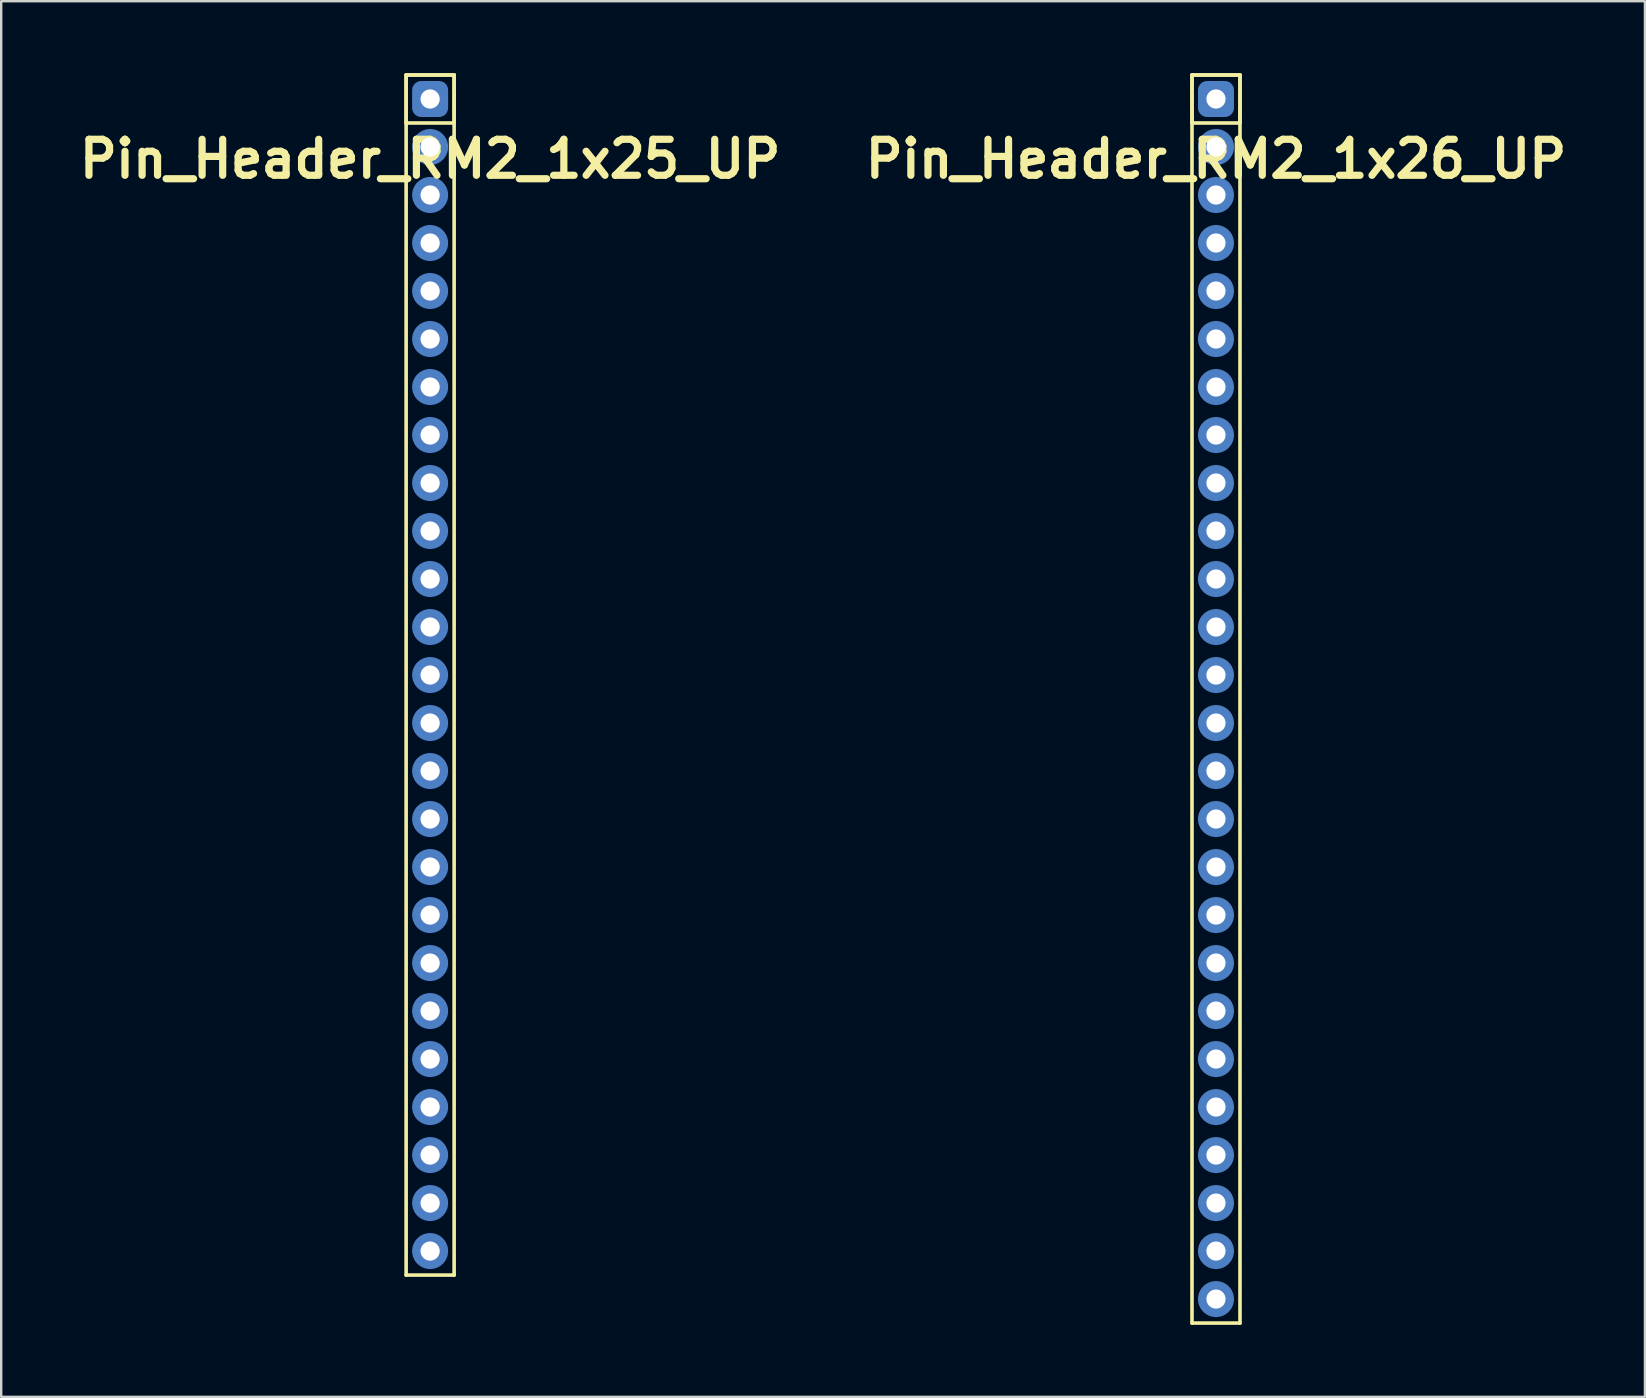
<source format=kicad_pcb>
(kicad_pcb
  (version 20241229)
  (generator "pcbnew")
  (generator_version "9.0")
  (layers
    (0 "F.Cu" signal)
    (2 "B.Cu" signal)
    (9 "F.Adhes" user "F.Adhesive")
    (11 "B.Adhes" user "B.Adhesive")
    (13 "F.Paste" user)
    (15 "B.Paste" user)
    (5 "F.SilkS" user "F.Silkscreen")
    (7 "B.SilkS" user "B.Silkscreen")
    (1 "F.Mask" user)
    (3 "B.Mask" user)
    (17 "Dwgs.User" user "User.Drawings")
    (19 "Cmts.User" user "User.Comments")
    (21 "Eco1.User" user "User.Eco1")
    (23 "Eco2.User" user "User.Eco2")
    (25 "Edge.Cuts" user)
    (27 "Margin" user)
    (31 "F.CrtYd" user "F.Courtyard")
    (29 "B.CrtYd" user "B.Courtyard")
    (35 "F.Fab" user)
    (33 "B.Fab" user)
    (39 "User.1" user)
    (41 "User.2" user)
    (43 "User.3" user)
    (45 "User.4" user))
  (footprint "Pin_Header_RM2_1x25_UP"
    (layer "F.Cu")
    (at 14.871 1.075)
    (property "Reference" "Pin_Header_RM2_1x25_UP" (at 0 2.5 0) (layer "F.SilkS") (effects (font (size 1.5 1.5) (thickness 0.3))))
    (attr through_hole)
    (fp_line (start -1 -1) (end 1 -1) (stroke (width 0.15) (type solid)) (layer "F.SilkS"))
    (fp_line (start -1 -1) (end 1 -1) (stroke (width 0.15) (type solid)) (layer "F.SilkS"))
    (fp_line (start -1 1) (end -1 -1) (stroke (width 0.15) (type solid)) (layer "F.SilkS"))
    (fp_line (start -1 49) (end -1 -1) (stroke (width 0.15) (type solid)) (layer "F.SilkS"))
    (fp_line (start 1 -1) (end 1 1) (stroke (width 0.15) (type solid)) (layer "F.SilkS"))
    (fp_line (start 1 -1) (end 1 49) (stroke (width 0.15) (type solid)) (layer "F.SilkS"))
    (fp_line (start 1 1) (end -1 1) (stroke (width 0.15) (type solid)) (layer "F.SilkS"))
    (fp_line (start 1 49) (end -1 49) (stroke (width 0.15) (type solid)) (layer "F.SilkS"))
    (pad "1" thru_hole circle (at 0 0) (size 1.1 1.1) (drill 0.8) (layers "*.Cu" "*.Mask"))
    (pad "1" smd roundrect (at 0 0) (size 1.25 1.25) (layers "F.Cu" "F.Mask") (roundrect_rratio 0.25))
    (pad "1" smd roundrect (at 0 0) (size 1.5 1.5) (layers "B.Cu" "B.Mask") (roundrect_rratio 0.25))
    (pad "2" thru_hole circle (at 0 2) (size 1.1 1.1) (drill 0.8) (layers "*.Cu" "*.Mask"))
    (pad "2" smd circle (at 0 2) (size 1.25 1.25) (layers "F.Cu" "F.Mask"))
    (pad "2" smd circle (at 0 2) (size 1.5 1.5) (layers "B.Cu" "B.Mask"))
    (pad "3" thru_hole circle (at 0 4) (size 1.1 1.1) (drill 0.8) (layers "*.Cu" "*.Mask"))
    (pad "3" smd circle (at 0 4) (size 1.25 1.25) (layers "F.Cu" "F.Mask"))
    (pad "3" smd circle (at 0 4) (size 1.5 1.5) (layers "B.Cu" "B.Mask"))
    (pad "4" thru_hole circle (at 0 6) (size 1.1 1.1) (drill 0.8) (layers "*.Cu" "*.Mask"))
    (pad "4" smd circle (at 0 6) (size 1.25 1.25) (layers "F.Cu" "F.Mask"))
    (pad "4" smd circle (at 0 6) (size 1.5 1.5) (layers "B.Cu" "B.Mask"))
    (pad "5" thru_hole circle (at 0 8) (size 1.1 1.1) (drill 0.8) (layers "*.Cu" "*.Mask"))
    (pad "5" smd circle (at 0 8) (size 1.25 1.25) (layers "F.Cu" "F.Mask"))
    (pad "5" smd circle (at 0 8) (size 1.5 1.5) (layers "B.Cu" "B.Mask"))
    (pad "6" thru_hole circle (at 0 10) (size 1.1 1.1) (drill 0.8) (layers "*.Cu" "*.Mask"))
    (pad "6" smd circle (at 0 10) (size 1.25 1.25) (layers "F.Cu" "F.Mask"))
    (pad "6" smd circle (at 0 10) (size 1.5 1.5) (layers "B.Cu" "B.Mask"))
    (pad "7" thru_hole circle (at 0 12) (size 1.1 1.1) (drill 0.8) (layers "*.Cu" "*.Mask"))
    (pad "7" smd circle (at 0 12) (size 1.25 1.25) (layers "F.Cu" "F.Mask"))
    (pad "7" smd circle (at 0 12) (size 1.5 1.5) (layers "B.Cu" "B.Mask"))
    (pad "8" thru_hole circle (at 0 14) (size 1.1 1.1) (drill 0.8) (layers "*.Cu" "*.Mask"))
    (pad "8" smd circle (at 0 14) (size 1.25 1.25) (layers "F.Cu" "F.Mask"))
    (pad "8" smd circle (at 0 14) (size 1.5 1.5) (layers "B.Cu" "B.Mask"))
    (pad "9" thru_hole circle (at 0 16) (size 1.1 1.1) (drill 0.8) (layers "*.Cu" "*.Mask"))
    (pad "9" smd circle (at 0 16) (size 1.25 1.25) (layers "F.Cu" "F.Mask"))
    (pad "9" smd circle (at 0 16) (size 1.5 1.5) (layers "B.Cu" "B.Mask"))
    (pad "10" thru_hole circle (at 0 18) (size 1.1 1.1) (drill 0.8) (layers "*.Cu" "*.Mask"))
    (pad "10" smd circle (at 0 18) (size 1.25 1.25) (layers "F.Cu" "F.Mask"))
    (pad "10" smd circle (at 0 18) (size 1.5 1.5) (layers "B.Cu" "B.Mask"))
    (pad "11" thru_hole circle (at 0 20) (size 1.1 1.1) (drill 0.8) (layers "*.Cu" "*.Mask"))
    (pad "11" smd circle (at 0 20) (size 1.25 1.25) (layers "F.Cu" "F.Mask"))
    (pad "11" smd circle (at 0 20) (size 1.5 1.5) (layers "B.Cu" "B.Mask"))
    (pad "12" thru_hole circle (at 0 22) (size 1.1 1.1) (drill 0.8) (layers "*.Cu" "*.Mask"))
    (pad "12" smd circle (at 0 22) (size 1.25 1.25) (layers "F.Cu" "F.Mask"))
    (pad "12" smd circle (at 0 22) (size 1.5 1.5) (layers "B.Cu" "B.Mask"))
    (pad "13" thru_hole circle (at 0 24) (size 1.1 1.1) (drill 0.8) (layers "*.Cu" "*.Mask"))
    (pad "13" smd circle (at 0 24) (size 1.25 1.25) (layers "F.Cu" "F.Mask"))
    (pad "13" smd circle (at 0 24) (size 1.5 1.5) (layers "B.Cu" "B.Mask"))
    (pad "14" thru_hole circle (at 0 26) (size 1.1 1.1) (drill 0.8) (layers "*.Cu" "*.Mask"))
    (pad "14" smd circle (at 0 26) (size 1.25 1.25) (layers "F.Cu" "F.Mask"))
    (pad "14" smd circle (at 0 26) (size 1.5 1.5) (layers "B.Cu" "B.Mask"))
    (pad "15" thru_hole circle (at 0 28) (size 1.1 1.1) (drill 0.8) (layers "*.Cu" "*.Mask"))
    (pad "15" smd circle (at 0 28) (size 1.25 1.25) (layers "F.Cu" "F.Mask"))
    (pad "15" smd circle (at 0 28) (size 1.5 1.5) (layers "B.Cu" "B.Mask"))
    (pad "16" thru_hole circle (at 0 30) (size 1.1 1.1) (drill 0.8) (layers "*.Cu" "*.Mask"))
    (pad "16" smd circle (at 0 30) (size 1.25 1.25) (layers "F.Cu" "F.Mask"))
    (pad "16" smd circle (at 0 30) (size 1.5 1.5) (layers "B.Cu" "B.Mask"))
    (pad "17" thru_hole circle (at 0 32) (size 1.1 1.1) (drill 0.8) (layers "*.Cu" "*.Mask"))
    (pad "17" smd circle (at 0 32) (size 1.25 1.25) (layers "F.Cu" "F.Mask"))
    (pad "17" smd circle (at 0 32) (size 1.5 1.5) (layers "B.Cu" "B.Mask"))
    (pad "18" thru_hole circle (at 0 34) (size 1.1 1.1) (drill 0.8) (layers "*.Cu" "*.Mask"))
    (pad "18" smd circle (at 0 34) (size 1.25 1.25) (layers "F.Cu" "F.Mask"))
    (pad "18" smd circle (at 0 34) (size 1.5 1.5) (layers "B.Cu" "B.Mask"))
    (pad "19" thru_hole circle (at 0 36) (size 1.1 1.1) (drill 0.8) (layers "*.Cu" "*.Mask"))
    (pad "19" smd circle (at 0 36) (size 1.25 1.25) (layers "F.Cu" "F.Mask"))
    (pad "19" smd circle (at 0 36) (size 1.5 1.5) (layers "B.Cu" "B.Mask"))
    (pad "20" thru_hole circle (at 0 38) (size 1.1 1.1) (drill 0.8) (layers "*.Cu" "*.Mask"))
    (pad "20" smd circle (at 0 38) (size 1.25 1.25) (layers "F.Cu" "F.Mask"))
    (pad "20" smd circle (at 0 38) (size 1.5 1.5) (layers "B.Cu" "B.Mask"))
    (pad "21" thru_hole circle (at 0 40) (size 1.1 1.1) (drill 0.8) (layers "*.Cu" "*.Mask"))
    (pad "21" smd circle (at 0 40) (size 1.25 1.25) (layers "F.Cu" "F.Mask"))
    (pad "21" smd circle (at 0 40) (size 1.5 1.5) (layers "B.Cu" "B.Mask"))
    (pad "22" thru_hole circle (at 0 42) (size 1.1 1.1) (drill 0.8) (layers "*.Cu" "*.Mask"))
    (pad "22" smd circle (at 0 42) (size 1.25 1.25) (layers "F.Cu" "F.Mask"))
    (pad "22" smd circle (at 0 42) (size 1.5 1.5) (layers "B.Cu" "B.Mask"))
    (pad "23" thru_hole circle (at 0 44) (size 1.1 1.1) (drill 0.8) (layers "*.Cu" "*.Mask"))
    (pad "23" smd circle (at 0 44) (size 1.25 1.25) (layers "F.Cu" "F.Mask"))
    (pad "23" smd circle (at 0 44) (size 1.5 1.5) (layers "B.Cu" "B.Mask"))
    (pad "24" thru_hole circle (at 0 46) (size 1.1 1.1) (drill 0.8) (layers "*.Cu" "*.Mask"))
    (pad "24" smd circle (at 0 46) (size 1.25 1.25) (layers "F.Cu" "F.Mask"))
    (pad "24" smd circle (at 0 46) (size 1.5 1.5) (layers "B.Cu" "B.Mask"))
    (pad "25" thru_hole circle (at 0 48) (size 1.1 1.1) (drill 0.8) (layers "*.Cu" "*.Mask"))
    (pad "25" smd circle (at 0 48) (size 1.25 1.25) (layers "F.Cu" "F.Mask"))
    (pad "25" smd circle (at 0 48) (size 1.5 1.5) (layers "B.Cu" "B.Mask")))
  (footprint "Pin_Header_RM2_1x26_UP"
    (layer "F.Cu")
    (at 47.614 1.075)
    (property "Reference" "Pin_Header_RM2_1x26_UP" (at 0 2.5 0) (layer "F.SilkS") (effects (font (size 1.5 1.5) (thickness 0.3))))
    (attr through_hole)
    (fp_line (start -1 -1) (end 1 -1) (stroke (width 0.15) (type solid)) (layer "F.SilkS"))
    (fp_line (start -1 -1) (end 1 -1) (stroke (width 0.15) (type solid)) (layer "F.SilkS"))
    (fp_line (start -1 1) (end -1 -1) (stroke (width 0.15) (type solid)) (layer "F.SilkS"))
    (fp_line (start -1 51) (end -1 -1) (stroke (width 0.15) (type solid)) (layer "F.SilkS"))
    (fp_line (start 1 -1) (end 1 1) (stroke (width 0.15) (type solid)) (layer "F.SilkS"))
    (fp_line (start 1 -1) (end 1 51) (stroke (width 0.15) (type solid)) (layer "F.SilkS"))
    (fp_line (start 1 1) (end -1 1) (stroke (width 0.15) (type solid)) (layer "F.SilkS"))
    (fp_line (start 1 51) (end -1 51) (stroke (width 0.15) (type solid)) (layer "F.SilkS"))
    (pad "1" thru_hole circle (at 0 0) (size 1.1 1.1) (drill 0.8) (layers "*.Cu" "*.Mask"))
    (pad "1" smd roundrect (at 0 0) (size 1.25 1.25) (layers "F.Cu" "F.Mask") (roundrect_rratio 0.25))
    (pad "1" smd roundrect (at 0 0) (size 1.5 1.5) (layers "B.Cu" "B.Mask") (roundrect_rratio 0.25))
    (pad "2" thru_hole circle (at 0 2) (size 1.1 1.1) (drill 0.8) (layers "*.Cu" "*.Mask"))
    (pad "2" smd circle (at 0 2) (size 1.25 1.25) (layers "F.Cu" "F.Mask"))
    (pad "2" smd circle (at 0 2) (size 1.5 1.5) (layers "B.Cu" "B.Mask"))
    (pad "3" thru_hole circle (at 0 4) (size 1.1 1.1) (drill 0.8) (layers "*.Cu" "*.Mask"))
    (pad "3" smd circle (at 0 4) (size 1.25 1.25) (layers "F.Cu" "F.Mask"))
    (pad "3" smd circle (at 0 4) (size 1.5 1.5) (layers "B.Cu" "B.Mask"))
    (pad "4" thru_hole circle (at 0 6) (size 1.1 1.1) (drill 0.8) (layers "*.Cu" "*.Mask"))
    (pad "4" smd circle (at 0 6) (size 1.25 1.25) (layers "F.Cu" "F.Mask"))
    (pad "4" smd circle (at 0 6) (size 1.5 1.5) (layers "B.Cu" "B.Mask"))
    (pad "5" thru_hole circle (at 0 8) (size 1.1 1.1) (drill 0.8) (layers "*.Cu" "*.Mask"))
    (pad "5" smd circle (at 0 8) (size 1.25 1.25) (layers "F.Cu" "F.Mask"))
    (pad "5" smd circle (at 0 8) (size 1.5 1.5) (layers "B.Cu" "B.Mask"))
    (pad "6" thru_hole circle (at 0 10) (size 1.1 1.1) (drill 0.8) (layers "*.Cu" "*.Mask"))
    (pad "6" smd circle (at 0 10) (size 1.25 1.25) (layers "F.Cu" "F.Mask"))
    (pad "6" smd circle (at 0 10) (size 1.5 1.5) (layers "B.Cu" "B.Mask"))
    (pad "7" thru_hole circle (at 0 12) (size 1.1 1.1) (drill 0.8) (layers "*.Cu" "*.Mask"))
    (pad "7" smd circle (at 0 12) (size 1.25 1.25) (layers "F.Cu" "F.Mask"))
    (pad "7" smd circle (at 0 12) (size 1.5 1.5) (layers "B.Cu" "B.Mask"))
    (pad "8" thru_hole circle (at 0 14) (size 1.1 1.1) (drill 0.8) (layers "*.Cu" "*.Mask"))
    (pad "8" smd circle (at 0 14) (size 1.25 1.25) (layers "F.Cu" "F.Mask"))
    (pad "8" smd circle (at 0 14) (size 1.5 1.5) (layers "B.Cu" "B.Mask"))
    (pad "9" thru_hole circle (at 0 16) (size 1.1 1.1) (drill 0.8) (layers "*.Cu" "*.Mask"))
    (pad "9" smd circle (at 0 16) (size 1.25 1.25) (layers "F.Cu" "F.Mask"))
    (pad "9" smd circle (at 0 16) (size 1.5 1.5) (layers "B.Cu" "B.Mask"))
    (pad "10" thru_hole circle (at 0 18) (size 1.1 1.1) (drill 0.8) (layers "*.Cu" "*.Mask"))
    (pad "10" smd circle (at 0 18) (size 1.25 1.25) (layers "F.Cu" "F.Mask"))
    (pad "10" smd circle (at 0 18) (size 1.5 1.5) (layers "B.Cu" "B.Mask"))
    (pad "11" thru_hole circle (at 0 20) (size 1.1 1.1) (drill 0.8) (layers "*.Cu" "*.Mask"))
    (pad "11" smd circle (at 0 20) (size 1.25 1.25) (layers "F.Cu" "F.Mask"))
    (pad "11" smd circle (at 0 20) (size 1.5 1.5) (layers "B.Cu" "B.Mask"))
    (pad "12" thru_hole circle (at 0 22) (size 1.1 1.1) (drill 0.8) (layers "*.Cu" "*.Mask"))
    (pad "12" smd circle (at 0 22) (size 1.25 1.25) (layers "F.Cu" "F.Mask"))
    (pad "12" smd circle (at 0 22) (size 1.5 1.5) (layers "B.Cu" "B.Mask"))
    (pad "13" thru_hole circle (at 0 24) (size 1.1 1.1) (drill 0.8) (layers "*.Cu" "*.Mask"))
    (pad "13" smd circle (at 0 24) (size 1.25 1.25) (layers "F.Cu" "F.Mask"))
    (pad "13" smd circle (at 0 24) (size 1.5 1.5) (layers "B.Cu" "B.Mask"))
    (pad "14" thru_hole circle (at 0 26) (size 1.1 1.1) (drill 0.8) (layers "*.Cu" "*.Mask"))
    (pad "14" smd circle (at 0 26) (size 1.25 1.25) (layers "F.Cu" "F.Mask"))
    (pad "14" smd circle (at 0 26) (size 1.5 1.5) (layers "B.Cu" "B.Mask"))
    (pad "15" thru_hole circle (at 0 28) (size 1.1 1.1) (drill 0.8) (layers "*.Cu" "*.Mask"))
    (pad "15" smd circle (at 0 28) (size 1.25 1.25) (layers "F.Cu" "F.Mask"))
    (pad "15" smd circle (at 0 28) (size 1.5 1.5) (layers "B.Cu" "B.Mask"))
    (pad "16" thru_hole circle (at 0 30) (size 1.1 1.1) (drill 0.8) (layers "*.Cu" "*.Mask"))
    (pad "16" smd circle (at 0 30) (size 1.25 1.25) (layers "F.Cu" "F.Mask"))
    (pad "16" smd circle (at 0 30) (size 1.5 1.5) (layers "B.Cu" "B.Mask"))
    (pad "17" thru_hole circle (at 0 32) (size 1.1 1.1) (drill 0.8) (layers "*.Cu" "*.Mask"))
    (pad "17" smd circle (at 0 32) (size 1.25 1.25) (layers "F.Cu" "F.Mask"))
    (pad "17" smd circle (at 0 32) (size 1.5 1.5) (layers "B.Cu" "B.Mask"))
    (pad "18" thru_hole circle (at 0 34) (size 1.1 1.1) (drill 0.8) (layers "*.Cu" "*.Mask"))
    (pad "18" smd circle (at 0 34) (size 1.25 1.25) (layers "F.Cu" "F.Mask"))
    (pad "18" smd circle (at 0 34) (size 1.5 1.5) (layers "B.Cu" "B.Mask"))
    (pad "19" thru_hole circle (at 0 36) (size 1.1 1.1) (drill 0.8) (layers "*.Cu" "*.Mask"))
    (pad "19" smd circle (at 0 36) (size 1.25 1.25) (layers "F.Cu" "F.Mask"))
    (pad "19" smd circle (at 0 36) (size 1.5 1.5) (layers "B.Cu" "B.Mask"))
    (pad "20" thru_hole circle (at 0 38) (size 1.1 1.1) (drill 0.8) (layers "*.Cu" "*.Mask"))
    (pad "20" smd circle (at 0 38) (size 1.25 1.25) (layers "F.Cu" "F.Mask"))
    (pad "20" smd circle (at 0 38) (size 1.5 1.5) (layers "B.Cu" "B.Mask"))
    (pad "21" thru_hole circle (at 0 40) (size 1.1 1.1) (drill 0.8) (layers "*.Cu" "*.Mask"))
    (pad "21" smd circle (at 0 40) (size 1.25 1.25) (layers "F.Cu" "F.Mask"))
    (pad "21" smd circle (at 0 40) (size 1.5 1.5) (layers "B.Cu" "B.Mask"))
    (pad "22" thru_hole circle (at 0 42) (size 1.1 1.1) (drill 0.8) (layers "*.Cu" "*.Mask"))
    (pad "22" smd circle (at 0 42) (size 1.25 1.25) (layers "F.Cu" "F.Mask"))
    (pad "22" smd circle (at 0 42) (size 1.5 1.5) (layers "B.Cu" "B.Mask"))
    (pad "23" thru_hole circle (at 0 44) (size 1.1 1.1) (drill 0.8) (layers "*.Cu" "*.Mask"))
    (pad "23" smd circle (at 0 44) (size 1.25 1.25) (layers "F.Cu" "F.Mask"))
    (pad "23" smd circle (at 0 44) (size 1.5 1.5) (layers "B.Cu" "B.Mask"))
    (pad "24" thru_hole circle (at 0 46) (size 1.1 1.1) (drill 0.8) (layers "*.Cu" "*.Mask"))
    (pad "24" smd circle (at 0 46) (size 1.25 1.25) (layers "F.Cu" "F.Mask"))
    (pad "24" smd circle (at 0 46) (size 1.5 1.5) (layers "B.Cu" "B.Mask"))
    (pad "25" thru_hole circle (at 0 48) (size 1.1 1.1) (drill 0.8) (layers "*.Cu" "*.Mask"))
    (pad "25" smd circle (at 0 48) (size 1.25 1.25) (layers "F.Cu" "F.Mask"))
    (pad "25" smd circle (at 0 48) (size 1.5 1.5) (layers "B.Cu" "B.Mask"))
    (pad "26" thru_hole circle (at 0 50) (size 1.1 1.1) (drill 0.8) (layers "*.Cu" "*.Mask"))
    (pad "26" smd circle (at 0 50) (size 1.25 1.25) (layers "F.Cu" "F.Mask"))
    (pad "26" smd circle (at 0 50) (size 1.5 1.5) (layers "B.Cu" "B.Mask")))
  (gr_rect
    (start -3 -3)
    (end 65.486 55.15)
    (stroke (width 0.1) (type default))
    (fill no)
    (layer "Edge.Cuts")))
</source>
